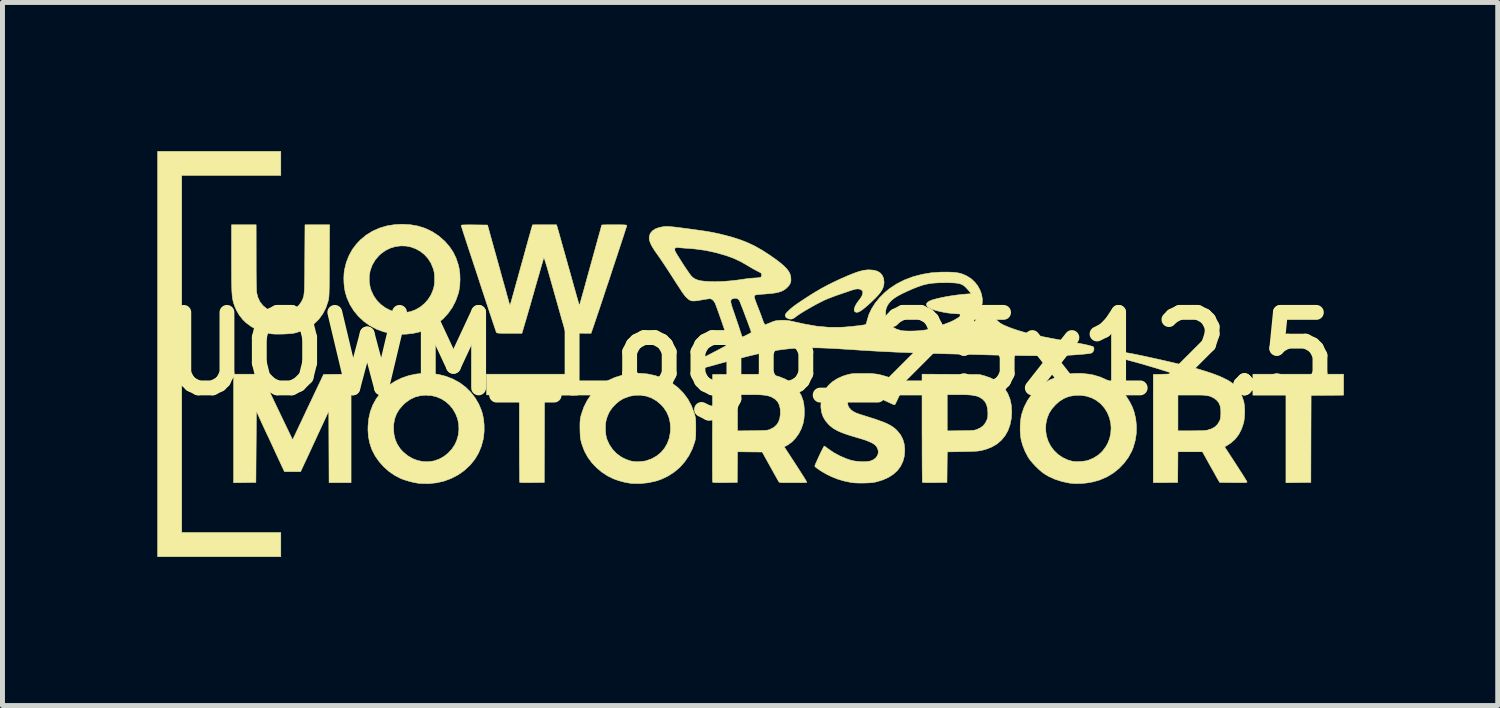
<source format=kicad_pcb>
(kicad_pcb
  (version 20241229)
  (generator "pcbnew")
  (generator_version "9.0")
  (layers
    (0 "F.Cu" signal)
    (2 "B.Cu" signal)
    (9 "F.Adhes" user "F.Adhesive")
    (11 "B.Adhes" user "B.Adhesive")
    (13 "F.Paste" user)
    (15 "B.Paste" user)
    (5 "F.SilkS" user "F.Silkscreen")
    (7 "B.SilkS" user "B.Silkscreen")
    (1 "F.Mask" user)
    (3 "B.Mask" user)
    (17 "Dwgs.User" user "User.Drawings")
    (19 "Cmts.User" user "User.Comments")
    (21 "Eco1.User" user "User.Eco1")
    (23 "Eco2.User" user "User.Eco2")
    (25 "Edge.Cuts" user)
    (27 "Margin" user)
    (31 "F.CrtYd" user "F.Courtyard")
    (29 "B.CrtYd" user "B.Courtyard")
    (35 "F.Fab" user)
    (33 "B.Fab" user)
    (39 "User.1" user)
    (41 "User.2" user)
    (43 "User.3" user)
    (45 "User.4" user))
  (footprint "UOWM_Logo_25x12.5"
    (layer "F.Cu")
    (at 12.09 4.09)
    (property "Reference" "UOWM_Logo_25x12.5" (at 0 0 0) (layer "F.SilkS") (effects (font (size 1.524 1.524) (thickness 0.3))))
    (attr through_hole)
    (fp_poly (pts (xy -9.472 -3.598) (xy -11.472 -3.598) (xy -11.472 3.609) (xy -9.472 3.609) (xy -9.472 4.096) (xy -11.959 4.096) (xy -11.959 -4.085) (xy -9.472 -4.085) (xy -9.472 -3.598)) (stroke (width 0.01) (type solid)) (fill yes) (layer "F.SilkS"))
    (fp_poly (pts (xy 11.98 0.836) (xy 11.652 0.839) (xy 11.324 0.841) (xy 11.321 1.72) (xy 11.319 2.598) (xy 10.816 2.604) (xy 10.816 0.836) (xy 10.149 0.836) (xy 10.149 0.413) (xy 11.98 0.413) (xy 11.98 0.836)) (stroke (width 0.01) (type solid)) (fill yes) (layer "F.SilkS"))
    (fp_poly (pts (xy -3.482 0.836) (xy -4.149 0.836) (xy -4.151 1.717) (xy -4.154 2.598) (xy -4.398 2.601) (xy -4.468 2.602) (xy -4.531 2.601) (xy -4.583 2.601) (xy -4.622 2.599) (xy -4.645 2.598) (xy -4.649 2.597) (xy -4.651 2.585) (xy -4.652 2.554) (xy -4.653 2.505) (xy -4.653 2.44) (xy -4.654 2.359) (xy -4.655 2.266) (xy -4.656 2.16) (xy -4.656 2.045) (xy -4.656 1.92) (xy -4.657 1.789) (xy -4.657 1.713) (xy -4.657 0.836) (xy -4.987 0.834) (xy -5.318 0.831) (xy -5.321 0.622) (xy -5.324 0.413) (xy -3.482 0.413) (xy -3.482 0.836)) (stroke (width 0.01) (type solid)) (fill yes) (layer "F.SilkS"))
    (fp_poly (pts (xy -8.054 2.603) (xy -8.498 2.603) (xy -8.501 1.879) (xy -8.504 1.155) (xy -8.593 1.348) (xy -8.62 1.407) (xy -8.655 1.48) (xy -8.694 1.565) (xy -8.736 1.656) (xy -8.779 1.749) (xy -8.821 1.839) (xy -8.834 1.868) (xy -8.872 1.95) (xy -8.91 2.031) (xy -8.945 2.107) (xy -8.976 2.174) (xy -9.003 2.23) (xy -9.022 2.272) (xy -9.03 2.289) (xy -9.073 2.381) (xy -9.398 2.381) (xy -9.441 2.289) (xy -9.46 2.249) (xy -9.485 2.194) (xy -9.515 2.131) (xy -9.546 2.064) (xy -9.573 2.006) (xy -9.607 1.932) (xy -9.646 1.847) (xy -9.688 1.757) (xy -9.728 1.671) (xy -9.758 1.609) (xy -9.791 1.538) (xy -9.825 1.464) (xy -9.858 1.394) (xy -9.886 1.331) (xy -9.909 1.282) (xy -9.909 1.281) (xy -9.964 1.16) (xy -9.97 1.879) (xy -9.975 2.598) (xy -10.425 2.604) (xy -10.425 0.413) (xy -9.863 0.413) (xy -9.854 0.437) (xy -9.847 0.452) (xy -9.831 0.487) (xy -9.806 0.54) (xy -9.772 0.611) (xy -9.729 0.701) (xy -9.678 0.809) (xy -9.618 0.935) (xy -9.55 1.078) (xy -9.473 1.238) (xy -9.388 1.416) (xy -9.347 1.501) (xy -9.234 1.736) (xy -9.162 1.585) (xy -9.131 1.52) (xy -9.095 1.443) (xy -9.057 1.364) (xy -9.022 1.289) (xy -9.011 1.265) (xy -8.986 1.213) (xy -8.955 1.146) (xy -8.918 1.068) (xy -8.877 0.982) (xy -8.834 0.892) (xy -8.792 0.802) (xy -8.77 0.757) (xy -8.609 0.418) (xy -8.331 0.415) (xy -8.054 0.412) (xy -8.054 2.603)) (stroke (width 0.01) (type solid)) (fill yes) (layer "F.SilkS"))
    (fp_poly (pts (xy 2.499 -1.686) (xy 2.572 -1.665) (xy 2.629 -1.629) (xy 2.67 -1.58) (xy 2.695 -1.518) (xy 2.704 -1.445) (xy 2.7 -1.394) (xy 2.688 -1.345) (xy 2.666 -1.295) (xy 2.633 -1.243) (xy 2.588 -1.186) (xy 2.528 -1.122) (xy 2.453 -1.05) (xy 2.395 -0.996) (xy 2.325 -0.935) (xy 2.267 -0.889) (xy 2.219 -0.857) (xy 2.181 -0.84) (xy 2.15 -0.835) (xy 2.125 -0.843) (xy 2.112 -0.853) (xy 2.101 -0.878) (xy 2.104 -0.915) (xy 2.121 -0.96) (xy 2.149 -1.012) (xy 2.188 -1.066) (xy 2.194 -1.073) (xy 2.238 -1.133) (xy 2.265 -1.185) (xy 2.276 -1.23) (xy 2.27 -1.264) (xy 2.249 -1.287) (xy 2.213 -1.304) (xy 2.172 -1.309) (xy 2.122 -1.303) (xy 2.06 -1.285) (xy 2.047 -1.281) (xy 2.003 -1.266) (xy 1.946 -1.246) (xy 1.88 -1.224) (xy 1.813 -1.201) (xy 1.782 -1.191) (xy 1.712 -1.166) (xy 1.635 -1.137) (xy 1.56 -1.107) (xy 1.494 -1.079) (xy 1.477 -1.07) (xy 1.411 -1.037) (xy 1.337 -0.999) (xy 1.261 -0.957) (xy 1.184 -0.913) (xy 1.11 -0.87) (xy 1.043 -0.829) (xy 0.986 -0.792) (xy 0.942 -0.762) (xy 0.922 -0.746) (xy 0.876 -0.713) (xy 0.834 -0.699) (xy 0.79 -0.702) (xy 0.756 -0.714) (xy 0.724 -0.735) (xy 0.71 -0.766) (xy 0.709 -0.783) (xy 0.717 -0.803) (xy 0.74 -0.832) (xy 0.775 -0.867) (xy 0.818 -0.907) (xy 0.868 -0.948) (xy 0.921 -0.987) (xy 0.933 -0.996) (xy 1.072 -1.09) (xy 1.2 -1.173) (xy 1.318 -1.246) (xy 1.432 -1.313) (xy 1.545 -1.374) (xy 1.661 -1.433) (xy 1.783 -1.491) (xy 1.857 -1.524) (xy 1.966 -1.572) (xy 2.058 -1.61) (xy 2.138 -1.64) (xy 2.206 -1.662) (xy 2.268 -1.678) (xy 2.324 -1.688) (xy 2.378 -1.693) (xy 2.412 -1.693) (xy 2.499 -1.686)) (stroke (width 0.01) (type solid)) (fill yes) (layer "F.SilkS"))
    (fp_poly (pts (xy 4.051 0.415) (xy 4.63 0.419) (xy 4.732 0.446) (xy 4.858 0.49) (xy 4.968 0.548) (xy 5.062 0.619) (xy 5.139 0.703) (xy 5.2 0.801) (xy 5.245 0.911) (xy 5.272 1.033) (xy 5.281 1.167) (xy 5.281 1.173) (xy 5.272 1.311) (xy 5.246 1.437) (xy 5.204 1.553) (xy 5.146 1.655) (xy 5.072 1.745) (xy 4.984 1.821) (xy 4.881 1.881) (xy 4.785 1.92) (xy 4.74 1.934) (xy 4.7 1.945) (xy 4.662 1.954) (xy 4.622 1.961) (xy 4.577 1.966) (xy 4.524 1.969) (xy 4.459 1.972) (xy 4.379 1.974) (xy 4.289 1.976) (xy 3.98 1.981) (xy 3.974 2.598) (xy 3.73 2.601) (xy 3.66 2.602) (xy 3.597 2.601) (xy 3.545 2.601) (xy 3.506 2.599) (xy 3.483 2.598) (xy 3.479 2.597) (xy 3.478 2.585) (xy 3.477 2.554) (xy 3.476 2.505) (xy 3.475 2.438) (xy 3.474 2.356) (xy 3.473 2.26) (xy 3.473 2.152) (xy 3.472 2.031) (xy 3.472 1.901) (xy 3.472 1.763) (xy 3.471 1.618) (xy 3.471 1.557) (xy 3.979 1.557) (xy 4.252 1.554) (xy 4.336 1.552) (xy 4.402 1.551) (xy 4.453 1.549) (xy 4.491 1.547) (xy 4.521 1.544) (xy 4.544 1.539) (xy 4.564 1.534) (xy 4.583 1.526) (xy 4.583 1.526) (xy 4.651 1.494) (xy 4.702 1.456) (xy 4.742 1.408) (xy 4.765 1.367) (xy 4.781 1.332) (xy 4.792 1.303) (xy 4.797 1.272) (xy 4.799 1.233) (xy 4.8 1.196) (xy 4.793 1.104) (xy 4.773 1.027) (xy 4.739 0.964) (xy 4.69 0.914) (xy 4.625 0.874) (xy 4.621 0.873) (xy 4.584 0.858) (xy 4.544 0.846) (xy 4.496 0.838) (xy 4.439 0.832) (xy 4.369 0.828) (xy 4.283 0.826) (xy 4.204 0.826) (xy 3.979 0.826) (xy 3.979 1.557) (xy 3.471 1.557) (xy 3.471 1.5) (xy 3.471 0.412) (xy 4.051 0.415)) (stroke (width 0.01) (type solid)) (fill yes) (layer "F.SilkS"))
    (fp_poly (pts (xy -9.969 -1.95) (xy -9.969 -1.81) (xy -9.969 -1.682) (xy -9.968 -1.566) (xy -9.967 -1.465) (xy -9.965 -1.38) (xy -9.963 -1.312) (xy -9.961 -1.262) (xy -9.959 -1.232) (xy -9.958 -1.228) (xy -9.933 -1.132) (xy -9.891 -1.045) (xy -9.832 -0.971) (xy -9.76 -0.911) (xy -9.711 -0.883) (xy -9.62 -0.849) (xy -9.525 -0.831) (xy -9.431 -0.83) (xy -9.34 -0.844) (xy -9.255 -0.873) (xy -9.178 -0.917) (xy -9.112 -0.973) (xy -9.06 -1.042) (xy -9.046 -1.07) (xy -9.035 -1.092) (xy -9.026 -1.113) (xy -9.019 -1.133) (xy -9.012 -1.156) (xy -9.007 -1.181) (xy -9.003 -1.212) (xy -8.999 -1.25) (xy -8.996 -1.296) (xy -8.994 -1.353) (xy -8.993 -1.421) (xy -8.991 -1.503) (xy -8.99 -1.601) (xy -8.989 -1.715) (xy -8.989 -1.848) (xy -8.988 -1.913) (xy -8.984 -2.603) (xy -8.487 -2.603) (xy -8.491 -1.876) (xy -8.491 -1.734) (xy -8.492 -1.612) (xy -8.493 -1.507) (xy -8.493 -1.419) (xy -8.494 -1.345) (xy -8.496 -1.284) (xy -8.497 -1.234) (xy -8.499 -1.194) (xy -8.501 -1.161) (xy -8.503 -1.135) (xy -8.506 -1.114) (xy -8.509 -1.095) (xy -8.513 -1.077) (xy -8.518 -1.059) (xy -8.518 -1.058) (xy -8.563 -0.926) (xy -8.624 -0.807) (xy -8.701 -0.701) (xy -8.793 -0.61) (xy -8.901 -0.534) (xy -9.022 -0.472) (xy -9.158 -0.427) (xy -9.197 -0.417) (xy -9.238 -0.41) (xy -9.296 -0.405) (xy -9.363 -0.4) (xy -9.436 -0.397) (xy -9.508 -0.396) (xy -9.575 -0.396) (xy -9.631 -0.399) (xy -9.666 -0.402) (xy -9.813 -0.435) (xy -9.947 -0.483) (xy -10.067 -0.547) (xy -10.174 -0.626) (xy -10.236 -0.686) (xy -10.312 -0.782) (xy -10.372 -0.887) (xy -10.405 -0.965) (xy -10.416 -0.998) (xy -10.427 -1.03) (xy -10.435 -1.062) (xy -10.443 -1.097) (xy -10.449 -1.135) (xy -10.454 -1.18) (xy -10.458 -1.231) (xy -10.461 -1.292) (xy -10.463 -1.364) (xy -10.465 -1.448) (xy -10.466 -1.547) (xy -10.466 -1.662) (xy -10.467 -1.795) (xy -10.467 -1.929) (xy -10.467 -2.603) (xy -9.97 -2.603) (xy -9.969 -1.95)) (stroke (width 0.01) (type solid)) (fill yes) (layer "F.SilkS"))
    (fp_poly (pts (xy -6.441 0.398) (xy -6.291 0.417) (xy -6.144 0.454) (xy -6.004 0.508) (xy -5.87 0.58) (xy -5.86 0.586) (xy -5.744 0.673) (xy -5.64 0.775) (xy -5.551 0.889) (xy -5.477 1.014) (xy -5.422 1.146) (xy -5.401 1.215) (xy -5.379 1.325) (xy -5.368 1.445) (xy -5.368 1.566) (xy -5.379 1.68) (xy -5.386 1.724) (xy -5.426 1.872) (xy -5.482 2.006) (xy -5.555 2.129) (xy -5.646 2.242) (xy -5.656 2.252) (xy -5.769 2.357) (xy -5.894 2.445) (xy -6.031 2.516) (xy -6.175 2.57) (xy -6.327 2.605) (xy -6.484 2.622) (xy -6.644 2.619) (xy -6.705 2.613) (xy -6.792 2.597) (xy -6.889 2.573) (xy -6.985 2.543) (xy -7.056 2.516) (xy -7.174 2.455) (xy -7.287 2.377) (xy -7.392 2.284) (xy -7.485 2.18) (xy -7.565 2.067) (xy -7.626 1.95) (xy -7.641 1.915) (xy -7.68 1.793) (xy -7.704 1.67) (xy -7.713 1.539) (xy -7.712 1.502) (xy -7.197 1.502) (xy -7.188 1.623) (xy -7.163 1.731) (xy -7.12 1.83) (xy -7.06 1.92) (xy -7.006 1.979) (xy -6.916 2.055) (xy -6.817 2.114) (xy -6.71 2.155) (xy -6.599 2.177) (xy -6.486 2.179) (xy -6.383 2.164) (xy -6.28 2.129) (xy -6.183 2.076) (xy -6.096 2.007) (xy -6.019 1.925) (xy -5.958 1.832) (xy -5.922 1.754) (xy -5.889 1.64) (xy -5.877 1.528) (xy -5.882 1.418) (xy -5.904 1.312) (xy -5.943 1.213) (xy -5.996 1.121) (xy -6.062 1.039) (xy -6.141 0.968) (xy -6.23 0.911) (xy -6.33 0.869) (xy -6.438 0.843) (xy -6.535 0.836) (xy -6.652 0.846) (xy -6.76 0.873) (xy -6.86 0.92) (xy -6.954 0.987) (xy -7.003 1.032) (xy -7.079 1.119) (xy -7.135 1.211) (xy -7.173 1.311) (xy -7.193 1.42) (xy -7.197 1.502) (xy -7.712 1.502) (xy -7.712 1.466) (xy -7.697 1.311) (xy -7.665 1.167) (xy -7.614 1.033) (xy -7.545 0.908) (xy -7.457 0.792) (xy -7.397 0.729) (xy -7.286 0.633) (xy -7.162 0.553) (xy -7.029 0.489) (xy -6.888 0.441) (xy -6.741 0.41) (xy -6.591 0.395) (xy -6.441 0.398)) (stroke (width 0.01) (type solid)) (fill yes) (layer "F.SilkS"))
    (fp_poly (pts (xy 6.85 0.414) (xy 6.925 0.428) (xy 7.073 0.472) (xy 7.215 0.536) (xy 7.348 0.616) (xy 7.436 0.684) (xy 7.517 0.764) (xy 7.593 0.86) (xy 7.66 0.966) (xy 7.716 1.077) (xy 7.75 1.169) (xy 7.784 1.312) (xy 7.799 1.458) (xy 7.796 1.606) (xy 7.774 1.751) (xy 7.734 1.891) (xy 7.706 1.961) (xy 7.637 2.089) (xy 7.55 2.207) (xy 7.448 2.314) (xy 7.332 2.407) (xy 7.205 2.484) (xy 7.067 2.544) (xy 7.038 2.554) (xy 6.923 2.586) (xy 6.8 2.608) (xy 6.675 2.62) (xy 6.555 2.621) (xy 6.446 2.611) (xy 6.44 2.61) (xy 6.292 2.578) (xy 6.153 2.533) (xy 6.027 2.476) (xy 5.946 2.428) (xy 5.887 2.385) (xy 5.823 2.33) (xy 5.759 2.267) (xy 5.699 2.202) (xy 5.648 2.14) (xy 5.616 2.094) (xy 5.552 1.974) (xy 5.501 1.845) (xy 5.469 1.726) (xy 5.458 1.647) (xy 5.452 1.555) (xy 5.452 1.542) (xy 5.966 1.542) (xy 5.981 1.654) (xy 6.015 1.761) (xy 6.065 1.86) (xy 6.131 1.95) (xy 6.211 2.028) (xy 6.304 2.093) (xy 6.408 2.142) (xy 6.503 2.17) (xy 6.548 2.176) (xy 6.606 2.177) (xy 6.671 2.175) (xy 6.734 2.169) (xy 6.79 2.16) (xy 6.826 2.151) (xy 6.937 2.103) (xy 7.032 2.042) (xy 7.113 1.967) (xy 7.181 1.875) (xy 7.221 1.804) (xy 7.257 1.711) (xy 7.28 1.608) (xy 7.287 1.501) (xy 7.281 1.413) (xy 7.255 1.296) (xy 7.211 1.188) (xy 7.152 1.093) (xy 7.078 1.01) (xy 6.991 0.942) (xy 6.893 0.89) (xy 6.785 0.855) (xy 6.668 0.839) (xy 6.662 0.839) (xy 6.543 0.842) (xy 6.434 0.863) (xy 6.334 0.903) (xy 6.24 0.963) (xy 6.164 1.031) (xy 6.09 1.115) (xy 6.035 1.202) (xy 5.997 1.297) (xy 5.973 1.405) (xy 5.97 1.425) (xy 5.966 1.542) (xy 5.452 1.542) (xy 5.452 1.458) (xy 5.459 1.363) (xy 5.47 1.276) (xy 5.482 1.222) (xy 5.531 1.079) (xy 5.599 0.945) (xy 5.684 0.823) (xy 5.785 0.714) (xy 5.901 0.618) (xy 6.031 0.538) (xy 6.059 0.524) (xy 6.207 0.462) (xy 6.362 0.42) (xy 6.522 0.398) (xy 6.685 0.396) (xy 6.85 0.414)) (stroke (width 0.01) (type solid)) (fill yes) (layer "F.SilkS"))
    (fp_poly (pts (xy -6.86 -2.605) (xy -6.702 -2.577) (xy -6.554 -2.53) (xy -6.416 -2.464) (xy -6.288 -2.38) (xy -6.171 -2.278) (xy -6.164 -2.272) (xy -6.07 -2.165) (xy -5.995 -2.054) (xy -5.936 -1.934) (xy -5.892 -1.803) (xy -5.873 -1.724) (xy -5.858 -1.615) (xy -5.854 -1.497) (xy -5.86 -1.378) (xy -5.877 -1.266) (xy -5.889 -1.218) (xy -5.94 -1.073) (xy -6.008 -0.939) (xy -6.093 -0.817) (xy -6.193 -0.708) (xy -6.308 -0.613) (xy -6.437 -0.534) (xy -6.578 -0.471) (xy -6.669 -0.441) (xy -6.802 -0.411) (xy -6.944 -0.395) (xy -7.088 -0.393) (xy -7.227 -0.405) (xy -7.248 -0.409) (xy -7.4 -0.444) (xy -7.542 -0.497) (xy -7.675 -0.567) (xy -7.795 -0.653) (xy -7.903 -0.753) (xy -7.997 -0.866) (xy -8.075 -0.991) (xy -8.136 -1.126) (xy -8.172 -1.244) (xy -8.187 -1.328) (xy -8.197 -1.424) (xy -8.198 -1.453) (xy -7.687 -1.453) (xy -7.667 -1.336) (xy -7.647 -1.274) (xy -7.598 -1.169) (xy -7.532 -1.074) (xy -7.451 -0.992) (xy -7.357 -0.924) (xy -7.254 -0.872) (xy -7.142 -0.839) (xy -7.107 -0.832) (xy -7.068 -0.83) (xy -7.017 -0.831) (xy -6.96 -0.834) (xy -6.905 -0.841) (xy -6.86 -0.849) (xy -6.851 -0.851) (xy -6.752 -0.888) (xy -6.657 -0.943) (xy -6.572 -1.013) (xy -6.499 -1.095) (xy -6.442 -1.185) (xy -6.437 -1.196) (xy -6.406 -1.267) (xy -6.385 -1.331) (xy -6.373 -1.394) (xy -6.368 -1.465) (xy -6.368 -1.519) (xy -6.369 -1.58) (xy -6.374 -1.628) (xy -6.382 -1.671) (xy -6.396 -1.719) (xy -6.397 -1.722) (xy -6.441 -1.829) (xy -6.501 -1.922) (xy -6.573 -2.002) (xy -6.656 -2.067) (xy -6.747 -2.118) (xy -6.845 -2.154) (xy -6.947 -2.174) (xy -7.051 -2.177) (xy -7.156 -2.164) (xy -7.258 -2.134) (xy -7.357 -2.086) (xy -7.449 -2.02) (xy -7.493 -1.98) (xy -7.569 -1.889) (xy -7.628 -1.788) (xy -7.667 -1.68) (xy -7.687 -1.568) (xy -7.687 -1.453) (xy -8.198 -1.453) (xy -8.2 -1.524) (xy -8.196 -1.619) (xy -8.187 -1.691) (xy -8.151 -1.84) (xy -8.096 -1.98) (xy -8.024 -2.11) (xy -7.934 -2.227) (xy -7.865 -2.298) (xy -7.747 -2.396) (xy -7.617 -2.476) (xy -7.476 -2.538) (xy -7.326 -2.582) (xy -7.167 -2.607) (xy -7.027 -2.614) (xy -6.86 -2.605)) (stroke (width 0.01) (type solid)) (fill yes) (layer "F.SilkS"))
    (fp_poly (pts (xy -2.07 0.408) (xy -1.915 0.441) (xy -1.767 0.492) (xy -1.708 0.519) (xy -1.572 0.596) (xy -1.452 0.687) (xy -1.347 0.793) (xy -1.258 0.912) (xy -1.185 1.046) (xy -1.129 1.193) (xy -1.12 1.224) (xy -1.111 1.256) (xy -1.104 1.288) (xy -1.1 1.322) (xy -1.097 1.363) (xy -1.096 1.415) (xy -1.096 1.483) (xy -1.095 1.503) (xy -1.096 1.579) (xy -1.097 1.638) (xy -1.1 1.684) (xy -1.104 1.722) (xy -1.111 1.755) (xy -1.115 1.773) (xy -1.166 1.919) (xy -1.234 2.055) (xy -1.318 2.179) (xy -1.417 2.291) (xy -1.531 2.388) (xy -1.657 2.469) (xy -1.794 2.534) (xy -1.89 2.567) (xy -2.055 2.604) (xy -2.218 2.621) (xy -2.379 2.618) (xy -2.427 2.613) (xy -2.54 2.592) (xy -2.658 2.56) (xy -2.762 2.522) (xy -2.881 2.463) (xy -2.994 2.388) (xy -3.099 2.3) (xy -3.193 2.201) (xy -3.272 2.094) (xy -3.334 1.983) (xy -3.356 1.932) (xy -3.384 1.858) (xy -3.404 1.795) (xy -3.418 1.738) (xy -3.427 1.68) (xy -3.431 1.615) (xy -3.433 1.537) (xy -3.434 1.508) (xy -3.434 1.488) (xy -2.92 1.488) (xy -2.919 1.534) (xy -2.915 1.599) (xy -2.909 1.649) (xy -2.899 1.694) (xy -2.886 1.735) (xy -2.84 1.836) (xy -2.777 1.929) (xy -2.7 2.01) (xy -2.613 2.076) (xy -2.573 2.099) (xy -2.505 2.131) (xy -2.438 2.156) (xy -2.378 2.172) (xy -2.371 2.173) (xy -2.312 2.178) (xy -2.244 2.178) (xy -2.174 2.173) (xy -2.114 2.164) (xy -2.1 2.161) (xy -1.987 2.121) (xy -1.886 2.064) (xy -1.799 1.993) (xy -1.727 1.908) (xy -1.671 1.811) (xy -1.631 1.703) (xy -1.61 1.585) (xy -1.606 1.508) (xy -1.614 1.387) (xy -1.64 1.277) (xy -1.684 1.176) (xy -1.747 1.083) (xy -1.798 1.027) (xy -1.888 0.951) (xy -1.987 0.894) (xy -2.093 0.856) (xy -2.203 0.837) (xy -2.316 0.838) (xy -2.43 0.858) (xy -2.543 0.899) (xy -2.561 0.907) (xy -2.634 0.951) (xy -2.705 1.009) (xy -2.77 1.076) (xy -2.823 1.147) (xy -2.852 1.197) (xy -2.884 1.273) (xy -2.905 1.341) (xy -2.917 1.41) (xy -2.92 1.488) (xy -3.434 1.488) (xy -3.434 1.44) (xy -3.433 1.387) (xy -3.43 1.346) (xy -3.426 1.31) (xy -3.419 1.275) (xy -3.409 1.236) (xy -3.405 1.222) (xy -3.355 1.076) (xy -3.287 0.942) (xy -3.204 0.821) (xy -3.105 0.713) (xy -2.992 0.62) (xy -2.866 0.541) (xy -2.728 0.478) (xy -2.579 0.432) (xy -2.419 0.404) (xy -2.389 0.4) (xy -2.229 0.394) (xy -2.07 0.408)) (stroke (width 0.01) (type solid)) (fill yes) (layer "F.SilkS"))
    (fp_poly (pts (xy 0.132 0.414) (xy 0.217 0.415) (xy 0.289 0.417) (xy 0.35 0.42) (xy 0.402 0.425) (xy 0.447 0.43) (xy 0.487 0.437) (xy 0.524 0.445) (xy 0.56 0.455) (xy 0.597 0.467) (xy 0.598 0.467) (xy 0.718 0.516) (xy 0.821 0.579) (xy 0.909 0.655) (xy 0.98 0.746) (xy 1.036 0.851) (xy 1.071 0.948) (xy 1.086 1.024) (xy 1.094 1.114) (xy 1.095 1.209) (xy 1.089 1.302) (xy 1.075 1.386) (xy 1.07 1.407) (xy 1.034 1.513) (xy 0.983 1.613) (xy 0.92 1.701) (xy 0.848 1.777) (xy 0.769 1.836) (xy 0.749 1.847) (xy 0.689 1.879) (xy 0.796 2.043) (xy 0.876 2.165) (xy 0.945 2.271) (xy 1.002 2.36) (xy 1.049 2.434) (xy 1.087 2.493) (xy 1.114 2.538) (xy 1.133 2.57) (xy 1.143 2.59) (xy 1.146 2.597) (xy 1.146 2.597) (xy 1.134 2.599) (xy 1.104 2.601) (xy 1.058 2.602) (xy 1 2.603) (xy 0.932 2.603) (xy 0.866 2.603) (xy 0.783 2.603) (xy 0.719 2.603) (xy 0.671 2.603) (xy 0.636 2.601) (xy 0.612 2.599) (xy 0.597 2.596) (xy 0.588 2.591) (xy 0.582 2.585) (xy 0.578 2.58) (xy 0.569 2.565) (xy 0.551 2.534) (xy 0.526 2.489) (xy 0.495 2.434) (xy 0.459 2.369) (xy 0.42 2.299) (xy 0.404 2.27) (xy 0.245 1.984) (xy -0.254 1.979) (xy -0.256 2.288) (xy -0.259 2.598) (xy -0.506 2.601) (xy -0.588 2.602) (xy -0.651 2.602) (xy -0.698 2.601) (xy -0.73 2.599) (xy -0.748 2.596) (xy -0.757 2.591) (xy -0.757 2.59) (xy -0.758 2.578) (xy -0.758 2.546) (xy -0.759 2.496) (xy -0.759 2.429) (xy -0.76 2.346) (xy -0.76 2.249) (xy -0.76 2.14) (xy -0.76 2.02) (xy -0.76 1.89) (xy -0.76 1.751) (xy -0.76 1.605) (xy -0.76 1.557) (xy -0.254 1.557) (xy 0.045 1.554) (xy 0.133 1.552) (xy 0.203 1.551) (xy 0.257 1.549) (xy 0.299 1.547) (xy 0.331 1.545) (xy 0.355 1.541) (xy 0.375 1.536) (xy 0.394 1.53) (xy 0.404 1.526) (xy 0.477 1.488) (xy 0.533 1.439) (xy 0.574 1.378) (xy 0.6 1.302) (xy 0.612 1.212) (xy 0.612 1.21) (xy 0.609 1.116) (xy 0.591 1.037) (xy 0.558 0.971) (xy 0.508 0.919) (xy 0.443 0.878) (xy 0.437 0.875) (xy 0.4 0.861) (xy 0.361 0.849) (xy 0.317 0.84) (xy 0.266 0.834) (xy 0.203 0.829) (xy 0.126 0.827) (xy 0.032 0.826) (xy -0.008 0.826) (xy -0.254 0.826) (xy -0.254 1.557) (xy -0.76 1.557) (xy -0.759 1.498) (xy -0.757 0.418) (xy -0.222 0.415) (xy -0.086 0.414) (xy 0.031 0.414) (xy 0.132 0.414)) (stroke (width 0.01) (type solid)) (fill yes) (layer "F.SilkS"))
    (fp_poly (pts (xy 7.603 -0.019) (xy 7.648 -0.012) (xy 7.709 -0.001) (xy 7.784 0.014) (xy 7.871 0.032) (xy 7.967 0.052) (xy 8.072 0.075) (xy 8.181 0.099) (xy 8.294 0.124) (xy 8.407 0.15) (xy 8.52 0.176) (xy 8.629 0.202) (xy 8.733 0.227) (xy 8.829 0.251) (xy 8.915 0.273) (xy 8.989 0.293) (xy 9.043 0.308) (xy 9.203 0.357) (xy 9.343 0.404) (xy 9.464 0.45) (xy 9.566 0.496) (xy 9.652 0.54) (xy 9.721 0.585) (xy 9.727 0.59) (xy 9.805 0.661) (xy 9.871 0.748) (xy 9.925 0.848) (xy 9.963 0.958) (xy 9.966 0.971) (xy 9.977 1.037) (xy 9.983 1.115) (xy 9.983 1.2) (xy 9.978 1.284) (xy 9.969 1.36) (xy 9.96 1.402) (xy 9.918 1.524) (xy 9.863 1.63) (xy 9.793 1.722) (xy 9.707 1.799) (xy 9.623 1.854) (xy 9.579 1.88) (xy 9.802 2.223) (xy 9.852 2.3) (xy 9.898 2.372) (xy 9.94 2.437) (xy 9.975 2.492) (xy 10.002 2.537) (xy 10.021 2.568) (xy 10.03 2.584) (xy 10.03 2.585) (xy 10.031 2.591) (xy 10.027 2.595) (xy 10.017 2.598) (xy 9.998 2.6) (xy 9.968 2.602) (xy 9.925 2.602) (xy 9.865 2.602) (xy 9.788 2.601) (xy 9.757 2.601) (xy 9.479 2.598) (xy 9.448 2.545) (xy 9.434 2.522) (xy 9.412 2.483) (xy 9.384 2.432) (xy 9.35 2.371) (xy 9.312 2.304) (xy 9.274 2.236) (xy 9.131 1.979) (xy 8.636 1.979) (xy 8.634 2.289) (xy 8.631 2.598) (xy 8.385 2.601) (xy 8.315 2.602) (xy 8.253 2.602) (xy 8.202 2.601) (xy 8.164 2.601) (xy 8.142 2.599) (xy 8.139 2.598) (xy 8.138 2.587) (xy 8.138 2.556) (xy 8.138 2.507) (xy 8.138 2.441) (xy 8.138 2.359) (xy 8.138 2.263) (xy 8.138 2.155) (xy 8.138 2.035) (xy 8.138 1.905) (xy 8.138 1.767) (xy 8.138 1.622) (xy 8.138 1.556) (xy 8.636 1.556) (xy 8.903 1.556) (xy 8.998 1.555) (xy 9.075 1.554) (xy 9.135 1.552) (xy 9.182 1.548) (xy 9.218 1.544) (xy 9.237 1.54) (xy 9.319 1.513) (xy 9.384 1.476) (xy 9.436 1.425) (xy 9.469 1.371) (xy 9.484 1.34) (xy 9.493 1.308) (xy 9.498 1.268) (xy 9.502 1.216) (xy 9.5 1.124) (xy 9.486 1.048) (xy 9.458 0.985) (xy 9.415 0.934) (xy 9.356 0.892) (xy 9.331 0.879) (xy 9.296 0.863) (xy 9.259 0.851) (xy 9.218 0.842) (xy 9.169 0.835) (xy 9.111 0.83) (xy 9.039 0.827) (xy 8.951 0.826) (xy 8.882 0.826) (xy 8.636 0.826) (xy 8.636 1.556) (xy 8.138 1.556) (xy 8.138 1.505) (xy 8.138 0.418) (xy 8.342 0.413) (xy 8.412 0.411) (xy 8.463 0.409) (xy 8.497 0.407) (xy 8.517 0.404) (xy 8.525 0.401) (xy 8.522 0.397) (xy 8.514 0.393) (xy 8.489 0.384) (xy 8.447 0.37) (xy 8.391 0.351) (xy 8.322 0.33) (xy 8.246 0.306) (xy 8.164 0.281) (xy 8.079 0.256) (xy 7.994 0.231) (xy 7.913 0.207) (xy 7.838 0.186) (xy 7.772 0.168) (xy 7.719 0.153) (xy 7.716 0.153) (xy 7.655 0.137) (xy 7.601 0.121) (xy 7.556 0.107) (xy 7.525 0.095) (xy 7.512 0.088) (xy 7.496 0.062) (xy 7.497 0.033) (xy 7.512 0.007) (xy 7.539 -0.013) (xy 7.575 -0.021) (xy 7.577 -0.021) (xy 7.603 -0.019)) (stroke (width 0.01) (type solid)) (fill yes) (layer "F.SilkS"))
    (fp_poly (pts (xy 2.368 0.398) (xy 2.445 0.4) (xy 2.512 0.406) (xy 2.573 0.414) (xy 2.634 0.427) (xy 2.7 0.445) (xy 2.762 0.463) (xy 2.809 0.48) (xy 2.861 0.501) (xy 2.916 0.525) (xy 2.969 0.55) (xy 3.018 0.576) (xy 3.059 0.599) (xy 3.089 0.618) (xy 3.104 0.632) (xy 3.104 0.635) (xy 3.1 0.649) (xy 3.087 0.679) (xy 3.069 0.72) (xy 3.047 0.769) (xy 3.023 0.823) (xy 2.997 0.877) (xy 2.973 0.928) (xy 2.952 0.972) (xy 2.935 1.006) (xy 2.924 1.026) (xy 2.922 1.03) (xy 2.91 1.029) (xy 2.883 1.02) (xy 2.847 1.004) (xy 2.819 0.991) (xy 2.674 0.924) (xy 2.537 0.874) (xy 2.408 0.84) (xy 2.289 0.824) (xy 2.244 0.822) (xy 2.154 0.827) (xy 2.081 0.843) (xy 2.027 0.869) (xy 1.99 0.907) (xy 1.971 0.955) (xy 1.968 0.985) (xy 1.975 1.039) (xy 1.995 1.084) (xy 2.032 1.126) (xy 2.037 1.131) (xy 2.067 1.155) (xy 2.099 1.175) (xy 2.138 1.194) (xy 2.187 1.213) (xy 2.251 1.234) (xy 2.281 1.243) (xy 2.407 1.283) (xy 2.514 1.317) (xy 2.606 1.349) (xy 2.683 1.377) (xy 2.748 1.404) (xy 2.803 1.431) (xy 2.85 1.457) (xy 2.891 1.485) (xy 2.928 1.514) (xy 2.963 1.547) (xy 2.97 1.554) (xy 3.035 1.634) (xy 3.082 1.723) (xy 3.111 1.823) (xy 3.122 1.934) (xy 3.122 1.953) (xy 3.113 2.069) (xy 3.084 2.175) (xy 3.038 2.271) (xy 2.974 2.357) (xy 2.892 2.432) (xy 2.793 2.496) (xy 2.678 2.547) (xy 2.577 2.578) (xy 2.531 2.59) (xy 2.488 2.598) (xy 2.442 2.603) (xy 2.389 2.607) (xy 2.322 2.609) (xy 2.297 2.61) (xy 2.198 2.61) (xy 2.117 2.607) (xy 2.054 2.601) (xy 2.043 2.599) (xy 1.894 2.568) (xy 1.76 2.528) (xy 1.633 2.476) (xy 1.55 2.435) (xy 1.499 2.407) (xy 1.448 2.377) (xy 1.4 2.346) (xy 1.358 2.316) (xy 1.326 2.292) (xy 1.308 2.274) (xy 1.306 2.27) (xy 1.309 2.258) (xy 1.319 2.23) (xy 1.336 2.191) (xy 1.358 2.143) (xy 1.382 2.09) (xy 1.407 2.036) (xy 1.432 1.983) (xy 1.456 1.937) (xy 1.475 1.899) (xy 1.489 1.873) (xy 1.497 1.863) (xy 1.497 1.863) (xy 1.508 1.869) (xy 1.531 1.885) (xy 1.561 1.908) (xy 1.569 1.914) (xy 1.685 1.994) (xy 1.815 2.064) (xy 1.952 2.122) (xy 2.037 2.15) (xy 2.099 2.164) (xy 2.171 2.173) (xy 2.247 2.178) (xy 2.32 2.178) (xy 2.384 2.173) (xy 2.429 2.165) (xy 2.492 2.138) (xy 2.54 2.1) (xy 2.572 2.053) (xy 2.588 2.001) (xy 2.585 1.946) (xy 2.563 1.892) (xy 2.538 1.857) (xy 2.506 1.828) (xy 2.46 1.8) (xy 2.398 1.771) (xy 2.319 1.741) (xy 2.221 1.71) (xy 2.164 1.694) (xy 2.043 1.658) (xy 1.94 1.625) (xy 1.853 1.593) (xy 1.779 1.561) (xy 1.717 1.529) (xy 1.663 1.494) (xy 1.616 1.456) (xy 1.587 1.429) (xy 1.521 1.352) (xy 1.474 1.272) (xy 1.444 1.185) (xy 1.43 1.088) (xy 1.429 1.039) (xy 1.439 0.927) (xy 1.468 0.822) (xy 1.515 0.727) (xy 1.58 0.641) (xy 1.662 0.566) (xy 1.759 0.503) (xy 1.872 0.452) (xy 1.955 0.426) (xy 1.992 0.417) (xy 2.025 0.409) (xy 2.058 0.404) (xy 2.095 0.401) (xy 2.14 0.399) (xy 2.198 0.398) (xy 2.273 0.398) (xy 2.275 0.398) (xy 2.368 0.398)) (stroke (width 0.01) (type solid)) (fill yes) (layer "F.SilkS"))
    (fp_poly (pts (xy -3.896 -2.569) (xy -3.89 -2.549) (xy -3.88 -2.512) (xy -3.865 -2.462) (xy -3.848 -2.401) (xy -3.829 -2.334) (xy -3.82 -2.302) (xy -3.798 -2.222) (xy -3.772 -2.129) (xy -3.743 -2.028) (xy -3.715 -1.927) (xy -3.688 -1.832) (xy -3.678 -1.794) (xy -3.651 -1.7) (xy -3.621 -1.593) (xy -3.59 -1.482) (xy -3.56 -1.373) (xy -3.532 -1.275) (xy -3.524 -1.246) (xy -3.504 -1.174) (xy -3.485 -1.109) (xy -3.469 -1.054) (xy -3.457 -1.012) (xy -3.448 -0.985) (xy -3.444 -0.976) (xy -3.444 -0.976) (xy -3.441 -0.987) (xy -3.432 -1.018) (xy -3.417 -1.069) (xy -3.398 -1.138) (xy -3.373 -1.227) (xy -3.343 -1.334) (xy -3.309 -1.459) (xy -3.27 -1.601) (xy -3.226 -1.76) (xy -3.18 -1.926) (xy -3.156 -2.013) (xy -3.13 -2.106) (xy -3.105 -2.199) (xy -3.081 -2.286) (xy -3.06 -2.361) (xy -3.049 -2.399) (xy -3.032 -2.46) (xy -3.017 -2.513) (xy -3.006 -2.556) (xy -2.998 -2.586) (xy -2.995 -2.598) (xy -2.995 -2.598) (xy -2.985 -2.599) (xy -2.957 -2.601) (xy -2.913 -2.602) (xy -2.857 -2.603) (xy -2.791 -2.603) (xy -2.741 -2.603) (xy -2.656 -2.603) (xy -2.591 -2.602) (xy -2.543 -2.601) (xy -2.511 -2.598) (xy -2.493 -2.595) (xy -2.487 -2.591) (xy -2.487 -2.591) (xy -2.49 -2.579) (xy -2.5 -2.549) (xy -2.515 -2.503) (xy -2.535 -2.441) (xy -2.559 -2.365) (xy -2.588 -2.278) (xy -2.62 -2.18) (xy -2.655 -2.074) (xy -2.692 -1.961) (xy -2.732 -1.842) (xy -2.772 -1.72) (xy -2.813 -1.595) (xy -2.854 -1.47) (xy -2.896 -1.347) (xy -2.936 -1.226) (xy -2.974 -1.109) (xy -3.011 -0.999) (xy -3.045 -0.896) (xy -3.077 -0.803) (xy -3.104 -0.721) (xy -3.128 -0.651) (xy -3.147 -0.595) (xy -3.15 -0.585) (xy -3.21 -0.412) (xy -3.465 -0.415) (xy -3.72 -0.418) (xy -3.759 -0.55) (xy -3.771 -0.593) (xy -3.788 -0.652) (xy -3.809 -0.724) (xy -3.832 -0.807) (xy -3.857 -0.895) (xy -3.883 -0.987) (xy -3.9 -1.048) (xy -3.946 -1.21) (xy -3.986 -1.353) (xy -4.022 -1.478) (xy -4.052 -1.585) (xy -4.078 -1.676) (xy -4.1 -1.752) (xy -4.119 -1.813) (xy -4.133 -1.86) (xy -4.145 -1.896) (xy -4.153 -1.92) (xy -4.159 -1.933) (xy -4.162 -1.938) (xy -4.163 -1.937) (xy -4.168 -1.922) (xy -4.178 -1.889) (xy -4.192 -1.84) (xy -4.211 -1.776) (xy -4.233 -1.7) (xy -4.257 -1.614) (xy -4.285 -1.519) (xy -4.314 -1.418) (xy -4.344 -1.313) (xy -4.374 -1.205) (xy -4.394 -1.138) (xy -4.416 -1.058) (xy -4.441 -0.97) (xy -4.467 -0.883) (xy -4.49 -0.803) (xy -4.508 -0.741) (xy -4.527 -0.676) (xy -4.546 -0.613) (xy -4.563 -0.555) (xy -4.577 -0.509) (xy -4.582 -0.489) (xy -4.605 -0.413) (xy -4.858 -0.413) (xy -4.938 -0.413) (xy -5 -0.413) (xy -5.045 -0.414) (xy -5.077 -0.416) (xy -5.098 -0.419) (xy -5.111 -0.422) (xy -5.118 -0.427) (xy -5.121 -0.431) (xy -5.126 -0.444) (xy -5.137 -0.476) (xy -5.153 -0.524) (xy -5.174 -0.587) (xy -5.2 -0.663) (xy -5.229 -0.751) (xy -5.262 -0.849) (xy -5.297 -0.956) (xy -5.334 -1.068) (xy -5.353 -1.127) (xy -5.396 -1.256) (xy -5.44 -1.39) (xy -5.484 -1.525) (xy -5.528 -1.659) (xy -5.571 -1.789) (xy -5.611 -1.91) (xy -5.648 -2.021) (xy -5.68 -2.118) (xy -5.704 -2.191) (xy -5.732 -2.277) (xy -5.758 -2.358) (xy -5.782 -2.43) (xy -5.801 -2.491) (xy -5.817 -2.54) (xy -5.827 -2.573) (xy -5.831 -2.59) (xy -5.831 -2.59) (xy -5.827 -2.595) (xy -5.813 -2.598) (xy -5.787 -2.6) (xy -5.747 -2.601) (xy -5.691 -2.602) (xy -5.617 -2.602) (xy -5.565 -2.601) (xy -5.299 -2.598) (xy -5.244 -2.397) (xy -5.23 -2.346) (xy -5.211 -2.278) (xy -5.188 -2.195) (xy -5.162 -2.101) (xy -5.133 -1.998) (xy -5.103 -1.889) (xy -5.072 -1.778) (xy -5.041 -1.667) (xy -5.04 -1.662) (xy -5.011 -1.556) (xy -4.983 -1.455) (xy -4.956 -1.361) (xy -4.932 -1.275) (xy -4.912 -1.199) (xy -4.894 -1.137) (xy -4.881 -1.09) (xy -4.873 -1.061) (xy -4.872 -1.056) (xy -4.862 -1.02) (xy -4.853 -0.995) (xy -4.848 -0.984) (xy -4.848 -0.984) (xy -4.842 -0.994) (xy -4.833 -1.019) (xy -4.822 -1.055) (xy -4.817 -1.072) (xy -4.807 -1.108) (xy -4.792 -1.162) (xy -4.772 -1.233) (xy -4.749 -1.317) (xy -4.722 -1.414) (xy -4.692 -1.521) (xy -4.661 -1.635) (xy -4.628 -1.754) (xy -4.593 -1.878) (xy -4.559 -2.002) (xy -4.525 -2.126) (xy -4.519 -2.148) (xy -4.496 -2.229) (xy -4.475 -2.307) (xy -4.455 -2.378) (xy -4.437 -2.44) (xy -4.424 -2.489) (xy -4.415 -2.521) (xy -4.414 -2.524) (xy -4.403 -2.56) (xy -4.396 -2.588) (xy -4.392 -2.6) (xy -4.392 -2.601) (xy -4.382 -2.602) (xy -4.354 -2.602) (xy -4.31 -2.603) (xy -4.254 -2.603) (xy -4.189 -2.603) (xy -4.149 -2.603) (xy -3.907 -2.603) (xy -3.896 -2.569)) (stroke (width 0.01) (type solid)) (fill yes) (layer "F.SilkS"))
    (fp_poly (pts (xy -1.636 -2.568) (xy -1.59 -2.564) (xy -1.532 -2.558) (xy -1.46 -2.55) (xy -1.372 -2.538) (xy -1.339 -2.534) (xy -1.211 -2.517) (xy -1.102 -2.502) (xy -1.008 -2.489) (xy -0.927 -2.477) (xy -0.856 -2.466) (xy -0.792 -2.455) (xy -0.732 -2.443) (xy -0.674 -2.431) (xy -0.615 -2.418) (xy -0.552 -2.402) (xy -0.508 -2.392) (xy -0.338 -2.345) (xy -0.182 -2.294) (xy -0.035 -2.235) (xy 0.106 -2.167) (xy 0.247 -2.087) (xy 0.391 -1.994) (xy 0.539 -1.89) (xy 0.624 -1.823) (xy 0.692 -1.764) (xy 0.744 -1.709) (xy 0.782 -1.658) (xy 0.807 -1.607) (xy 0.821 -1.554) (xy 0.823 -1.534) (xy 0.825 -1.475) (xy 0.814 -1.428) (xy 0.79 -1.384) (xy 0.768 -1.358) (xy 0.728 -1.318) (xy 0.685 -1.287) (xy 0.635 -1.261) (xy 0.576 -1.242) (xy 0.505 -1.227) (xy 0.418 -1.215) (xy 0.314 -1.207) (xy 0.307 -1.206) (xy 0.247 -1.202) (xy 0.192 -1.197) (xy 0.148 -1.192) (xy 0.118 -1.188) (xy 0.108 -1.185) (xy 0.095 -1.177) (xy 0.088 -1.163) (xy 0.087 -1.142) (xy 0.094 -1.111) (xy 0.109 -1.067) (xy 0.131 -1.008) (xy 0.141 -0.983) (xy 0.167 -0.917) (xy 0.196 -0.843) (xy 0.223 -0.77) (xy 0.244 -0.711) (xy 0.265 -0.655) (xy 0.281 -0.617) (xy 0.293 -0.595) (xy 0.303 -0.586) (xy 0.307 -0.586) (xy 0.323 -0.592) (xy 0.354 -0.605) (xy 0.394 -0.621) (xy 0.418 -0.631) (xy 0.465 -0.65) (xy 0.503 -0.662) (xy 0.54 -0.669) (xy 0.584 -0.673) (xy 0.624 -0.675) (xy 0.684 -0.676) (xy 0.737 -0.673) (xy 0.79 -0.666) (xy 0.855 -0.653) (xy 0.857 -0.652) (xy 0.921 -0.638) (xy 0.995 -0.622) (xy 1.067 -0.606) (xy 1.106 -0.598) (xy 1.346 -0.556) (xy 1.586 -0.534) (xy 1.825 -0.534) (xy 1.916 -0.539) (xy 1.982 -0.545) (xy 2.053 -0.551) (xy 2.123 -0.559) (xy 2.189 -0.566) (xy 2.248 -0.574) (xy 2.294 -0.581) (xy 2.324 -0.587) (xy 2.329 -0.588) (xy 2.341 -0.602) (xy 2.353 -0.634) (xy 2.359 -0.659) (xy 2.394 -0.781) (xy 2.405 -0.804) (xy 2.736 -0.804) (xy 2.737 -0.756) (xy 2.741 -0.721) (xy 2.75 -0.691) (xy 2.764 -0.661) (xy 2.81 -0.596) (xy 2.873 -0.542) (xy 2.951 -0.499) (xy 3.041 -0.47) (xy 3.042 -0.47) (xy 3.089 -0.463) (xy 3.152 -0.459) (xy 3.227 -0.458) (xy 3.306 -0.459) (xy 3.387 -0.463) (xy 3.463 -0.47) (xy 3.53 -0.478) (xy 3.572 -0.486) (xy 3.631 -0.501) (xy 3.701 -0.522) (xy 3.778 -0.546) (xy 3.858 -0.573) (xy 3.934 -0.6) (xy 4.003 -0.626) (xy 4.059 -0.649) (xy 4.089 -0.663) (xy 4.13 -0.685) (xy 4.173 -0.71) (xy 4.214 -0.736) (xy 4.249 -0.76) (xy 4.274 -0.78) (xy 4.286 -0.792) (xy 4.286 -0.794) (xy 4.276 -0.797) (xy 4.249 -0.801) (xy 4.209 -0.804) (xy 4.159 -0.807) (xy 4.151 -0.808) (xy 4.066 -0.814) (xy 3.979 -0.825) (xy 3.893 -0.84) (xy 3.811 -0.858) (xy 3.735 -0.878) (xy 3.671 -0.9) (xy 3.619 -0.922) (xy 3.584 -0.944) (xy 3.574 -0.954) (xy 3.559 -0.986) (xy 3.563 -1.015) (xy 3.587 -1.042) (xy 3.619 -1.062) (xy 3.66 -1.08) (xy 3.719 -1.098) (xy 3.792 -1.117) (xy 3.877 -1.136) (xy 3.97 -1.154) (xy 4.068 -1.17) (xy 4.167 -1.184) (xy 4.265 -1.196) (xy 4.357 -1.204) (xy 4.465 -1.212) (xy 4.41 -1.278) (xy 4.372 -1.321) (xy 4.337 -1.356) (xy 4.301 -1.383) (xy 4.263 -1.403) (xy 4.217 -1.417) (xy 4.163 -1.426) (xy 4.096 -1.431) (xy 4.013 -1.434) (xy 3.932 -1.434) (xy 3.825 -1.433) (xy 3.731 -1.428) (xy 3.647 -1.42) (xy 3.569 -1.406) (xy 3.49 -1.387) (xy 3.409 -1.36) (xy 3.318 -1.325) (xy 3.215 -1.281) (xy 3.181 -1.266) (xy 3.075 -1.216) (xy 2.989 -1.171) (xy 2.918 -1.127) (xy 2.862 -1.083) (xy 2.818 -1.038) (xy 2.783 -0.991) (xy 2.764 -0.955) (xy 2.749 -0.919) (xy 2.741 -0.886) (xy 2.737 -0.847) (xy 2.736 -0.804) (xy 2.405 -0.804) (xy 2.45 -0.902) (xy 2.524 -1.02) (xy 2.615 -1.132) (xy 2.722 -1.238) (xy 2.813 -1.313) (xy 2.958 -1.409) (xy 3.116 -1.489) (xy 3.287 -1.554) (xy 3.468 -1.602) (xy 3.658 -1.634) (xy 3.856 -1.648) (xy 4.009 -1.648) (xy 4.095 -1.644) (xy 4.165 -1.637) (xy 4.223 -1.627) (xy 4.276 -1.612) (xy 4.328 -1.591) (xy 4.384 -1.564) (xy 4.465 -1.512) (xy 4.535 -1.446) (xy 4.595 -1.37) (xy 4.64 -1.287) (xy 4.672 -1.199) (xy 4.688 -1.109) (xy 4.686 -1.021) (xy 4.669 -0.946) (xy 4.651 -0.906) (xy 4.621 -0.855) (xy 4.582 -0.798) (xy 4.539 -0.739) (xy 4.492 -0.682) (xy 4.468 -0.655) (xy 4.412 -0.593) (xy 4.461 -0.61) (xy 4.496 -0.626) (xy 4.532 -0.652) (xy 4.572 -0.691) (xy 4.619 -0.744) (xy 4.629 -0.756) (xy 4.674 -0.804) (xy 4.717 -0.833) (xy 4.761 -0.846) (xy 4.78 -0.847) (xy 4.804 -0.845) (xy 4.824 -0.838) (xy 4.845 -0.821) (xy 4.873 -0.792) (xy 4.873 -0.791) (xy 4.927 -0.732) (xy 4.971 -0.686) (xy 5.009 -0.65) (xy 5.044 -0.622) (xy 5.08 -0.599) (xy 5.121 -0.578) (xy 5.17 -0.557) (xy 5.203 -0.543) (xy 5.3 -0.506) (xy 5.403 -0.472) (xy 5.516 -0.438) (xy 5.639 -0.405) (xy 5.775 -0.373) (xy 5.925 -0.341) (xy 6.092 -0.308) (xy 6.278 -0.275) (xy 6.366 -0.26) (xy 6.494 -0.237) (xy 6.608 -0.216) (xy 6.707 -0.197) (xy 6.789 -0.18) (xy 6.854 -0.164) (xy 6.9 -0.151) (xy 6.927 -0.141) (xy 6.933 -0.136) (xy 6.942 -0.104) (xy 6.936 -0.067) (xy 6.918 -0.036) (xy 6.907 -0.025) (xy 6.894 -0.016) (xy 6.875 -0.01) (xy 6.846 -0.004) (xy 6.803 0.001) (xy 6.753 0.006) (xy 6.676 0.013) (xy 6.597 0.019) (xy 6.517 0.025) (xy 6.432 0.03) (xy 6.343 0.033) (xy 6.247 0.036) (xy 6.145 0.038) (xy 6.033 0.04) (xy 5.913 0.04) (xy 5.781 0.04) (xy 5.637 0.039) (xy 5.479 0.037) (xy 5.307 0.034) (xy 5.12 0.03) (xy 4.915 0.026) (xy 4.692 0.02) (xy 4.45 0.014) (xy 4.329 0.011) (xy 4.103 0.005) (xy 3.896 -0.000388) (xy 3.706 -0.006) (xy 3.531 -0.011) (xy 3.369 -0.017) (xy 3.217 -0.022) (xy 3.073 -0.028) (xy 2.936 -0.033) (xy 2.802 -0.04) (xy 2.671 -0.046) (xy 2.54 -0.053) (xy 2.406 -0.061) (xy 2.268 -0.069) (xy 2.123 -0.079) (xy 1.97 -0.089) (xy 1.931 -0.091) (xy 1.729 -0.104) (xy 1.545 -0.113) (xy 1.377 -0.119) (xy 1.22 -0.12) (xy 1.074 -0.118) (xy 0.935 -0.112) (xy 0.8 -0.102) (xy 0.667 -0.087) (xy 0.533 -0.068) (xy 0.394 -0.045) (xy 0.249 -0.017) (xy 0.238 -0.014) (xy 0.174 -0.001) (xy 0.094 0.018) (xy -0.000153 0.04) (xy -0.104 0.066) (xy -0.213 0.093) (xy -0.325 0.121) (xy -0.435 0.15) (xy -0.541 0.178) (xy -0.639 0.205) (xy -0.683 0.217) (xy -0.775 0.243) (xy -0.849 0.263) (xy -0.907 0.278) (xy -0.952 0.289) (xy -0.986 0.295) (xy -1.012 0.296) (xy -1.03 0.293) (xy -1.045 0.287) (xy -1.059 0.277) (xy -1.073 0.263) (xy -1.075 0.26) (xy -1.103 0.225) (xy -1.111 0.195) (xy -1.103 0.173) (xy -1.093 0.165) (xy -1.067 0.149) (xy -1.025 0.125) (xy -0.967 0.093) (xy -0.893 0.053) (xy -0.8 0.004) (xy -0.69 -0.053) (xy -0.595 -0.103) (xy -0.541 -0.132) (xy -0.493 -0.158) (xy -0.456 -0.181) (xy -0.432 -0.197) (xy -0.423 -0.205) (xy -0.427 -0.219) (xy -0.436 -0.25) (xy -0.451 -0.296) (xy -0.471 -0.354) (xy -0.493 -0.422) (xy -0.519 -0.496) (xy -0.546 -0.574) (xy -0.573 -0.653) (xy -0.601 -0.732) (xy -0.627 -0.806) (xy -0.651 -0.874) (xy -0.673 -0.933) (xy -0.69 -0.98) (xy -0.703 -1.013) (xy -0.709 -1.027) (xy -0.731 -1.06) (xy -0.39 -1.06) (xy -0.387 -1.03) (xy -0.377 -0.989) (xy -0.36 -0.933) (xy -0.335 -0.861) (xy -0.332 -0.852) (xy -0.307 -0.779) (xy -0.279 -0.697) (xy -0.251 -0.614) (xy -0.226 -0.541) (xy -0.221 -0.524) (xy -0.2 -0.459) (xy -0.184 -0.411) (xy -0.173 -0.378) (xy -0.166 -0.357) (xy -0.161 -0.345) (xy -0.158 -0.34) (xy -0.155 -0.339) (xy -0.154 -0.339) (xy -0.142 -0.343) (xy -0.116 -0.355) (xy -0.081 -0.372) (xy -0.064 -0.381) (xy -0.026 -0.4) (xy 0.004 -0.417) (xy 0.022 -0.429) (xy 0.025 -0.431) (xy 0.022 -0.442) (xy 0.013 -0.471) (xy -0.002 -0.513) (xy -0.022 -0.568) (xy -0.045 -0.632) (xy -0.072 -0.702) (xy -0.1 -0.776) (xy -0.128 -0.852) (xy -0.157 -0.926) (xy -0.185 -0.997) (xy -0.21 -1.061) (xy -0.212 -1.065) (xy -0.235 -1.098) (xy -0.271 -1.117) (xy -0.313 -1.12) (xy -0.358 -1.107) (xy -0.36 -1.106) (xy -0.376 -1.095) (xy -0.386 -1.08) (xy -0.39 -1.06) (xy -0.731 -1.06) (xy -0.738 -1.07) (xy -0.771 -1.099) (xy -0.805 -1.111) (xy -0.809 -1.111) (xy -0.832 -1.109) (xy -0.87 -1.104) (xy -0.919 -1.097) (xy -0.968 -1.088) (xy -1.042 -1.075) (xy -1.098 -1.067) (xy -1.141 -1.065) (xy -1.175 -1.067) (xy -1.202 -1.075) (xy -1.228 -1.088) (xy -1.238 -1.095) (xy -1.268 -1.121) (xy -1.303 -1.155) (xy -1.327 -1.185) (xy -1.339 -1.201) (xy -1.351 -1.218) (xy -1.366 -1.238) (xy -1.383 -1.263) (xy -1.403 -1.295) (xy -1.429 -1.334) (xy -1.461 -1.383) (xy -1.501 -1.444) (xy -1.548 -1.518) (xy -1.605 -1.607) (xy -1.656 -1.686) (xy -1.701 -1.754) (xy -1.749 -1.827) (xy -1.798 -1.899) (xy -1.843 -1.964) (xy -1.872 -2.006) (xy -1.933 -2.092) (xy -1.942 -2.108) (xy -1.523 -2.108) (xy -1.517 -2.083) (xy -1.515 -2.075) (xy -1.506 -2.056) (xy -1.487 -2.023) (xy -1.46 -1.978) (xy -1.426 -1.924) (xy -1.388 -1.864) (xy -1.348 -1.801) (xy -1.307 -1.739) (xy -1.266 -1.679) (xy -1.229 -1.626) (xy -1.197 -1.581) (xy -1.196 -1.579) (xy -1.155 -1.538) (xy -1.099 -1.504) (xy -1.037 -1.481) (xy -0.978 -1.47) (xy -0.902 -1.462) (xy -0.813 -1.457) (xy -0.713 -1.455) (xy -0.606 -1.457) (xy -0.496 -1.463) (xy -0.387 -1.472) (xy -0.381 -1.472) (xy -0.323 -1.479) (xy -0.254 -1.487) (xy -0.184 -1.497) (xy -0.138 -1.504) (xy -0.074 -1.513) (xy -0.006 -1.521) (xy 0.059 -1.527) (xy 0.099 -1.529) (xy 0.146 -1.532) (xy 0.185 -1.537) (xy 0.211 -1.543) (xy 0.218 -1.546) (xy 0.228 -1.565) (xy 0.233 -1.592) (xy 0.233 -1.593) (xy 0.232 -1.61) (xy 0.225 -1.623) (xy 0.21 -1.636) (xy 0.182 -1.651) (xy 0.151 -1.666) (xy 0.108 -1.689) (xy 0.054 -1.718) (xy -0.002 -1.751) (xy -0.041 -1.775) (xy -0.184 -1.857) (xy -0.326 -1.924) (xy -0.475 -1.979) (xy -0.689 -2.041) (xy -0.898 -2.086) (xy -1.11 -2.115) (xy -1.254 -2.127) (xy -1.314 -2.131) (xy -1.369 -2.135) (xy -1.415 -2.139) (xy -1.446 -2.142) (xy -1.455 -2.143) (xy -1.491 -2.143) (xy -1.508 -2.134) (xy -1.52 -2.123) (xy -1.523 -2.108) (xy -1.942 -2.108) (xy -1.979 -2.166) (xy -2.011 -2.23) (xy -2.03 -2.285) (xy -2.037 -2.333) (xy -2.032 -2.378) (xy -2.017 -2.42) (xy -2.008 -2.437) (xy -1.97 -2.481) (xy -1.915 -2.518) (xy -1.844 -2.545) (xy -1.767 -2.562) (xy -1.737 -2.566) (xy -1.707 -2.569) (xy -1.674 -2.569) (xy -1.636 -2.568)) (stroke (width 0.01) (type solid)) (fill yes) (layer "F.SilkS")))
  (gr_rect
    (start -3 -3)
    (end 27.181 11.191)
    (stroke (width 0.1) (type default))
    (fill no)
    (layer "Edge.Cuts")))
</source>
